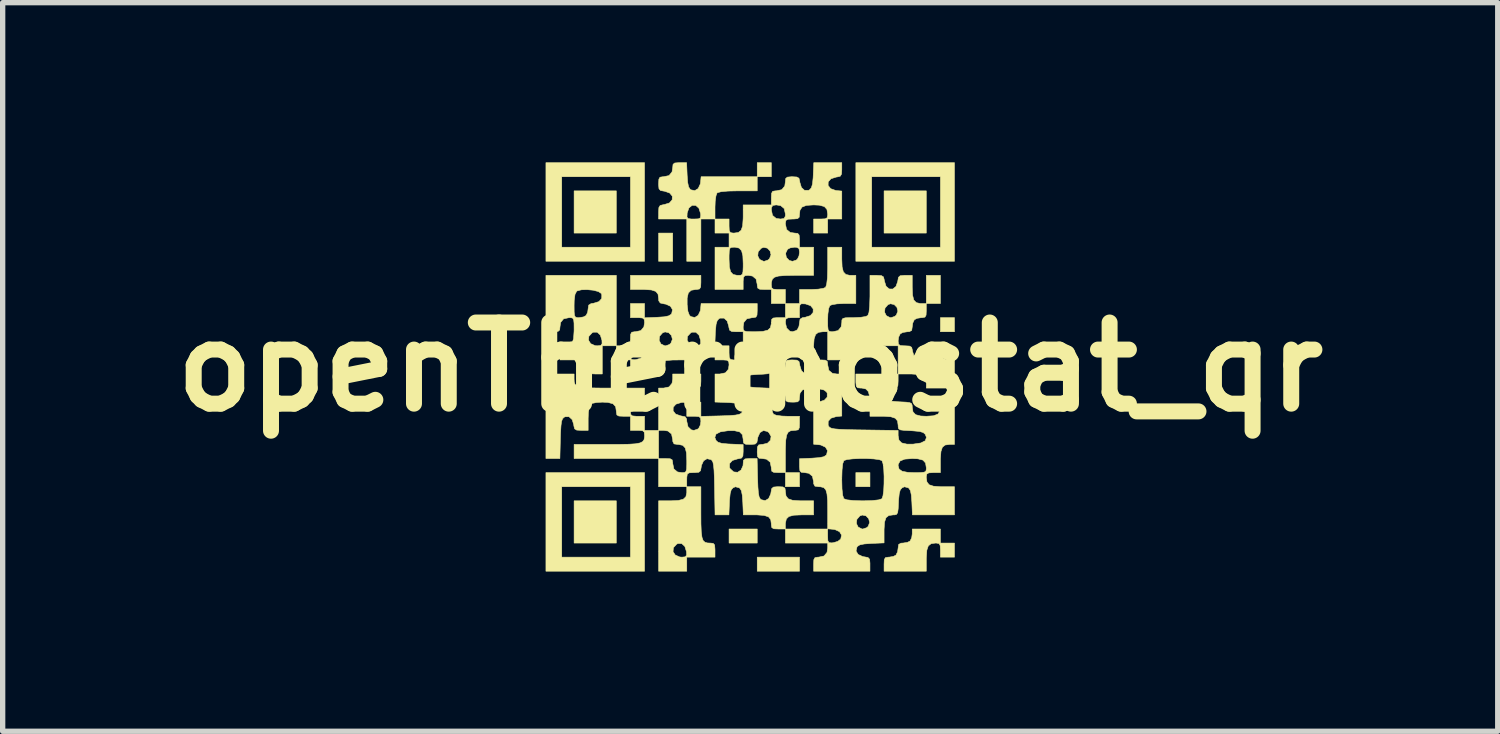
<source format=kicad_pcb>
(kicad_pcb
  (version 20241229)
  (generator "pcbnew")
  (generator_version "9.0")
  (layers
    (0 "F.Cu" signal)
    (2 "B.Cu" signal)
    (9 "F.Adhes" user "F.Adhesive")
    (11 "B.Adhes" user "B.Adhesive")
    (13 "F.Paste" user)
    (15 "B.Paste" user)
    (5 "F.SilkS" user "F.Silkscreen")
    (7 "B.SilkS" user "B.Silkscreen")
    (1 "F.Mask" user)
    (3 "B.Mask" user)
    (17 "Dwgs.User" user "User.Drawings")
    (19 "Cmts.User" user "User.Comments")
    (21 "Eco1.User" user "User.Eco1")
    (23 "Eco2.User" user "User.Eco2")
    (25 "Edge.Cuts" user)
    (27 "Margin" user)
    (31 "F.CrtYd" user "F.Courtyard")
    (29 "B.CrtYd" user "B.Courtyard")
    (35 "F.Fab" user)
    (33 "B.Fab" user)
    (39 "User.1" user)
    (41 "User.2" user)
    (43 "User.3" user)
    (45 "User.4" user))
  (footprint "openThermostat_qr"
    (layer "F.Cu")
    (at 11.038 3.841)
    (property "Reference" "openThermostat_qr" (at 0 0 0) (layer "F.SilkS") (effects (font (size 1.524 1.524) (thickness 0.3))))
    (attr through_hole)
    (fp_poly (pts (xy -2.514 -2.514) (xy -3.307 -2.514) (xy -3.307 -3.307) (xy -2.514 -3.307) (xy -2.514 -2.514)) (stroke (width 0.01) (type solid)) (fill yes) (layer "F.SilkS"))
    (fp_poly (pts (xy -2.514 3.307) (xy -3.307 3.307) (xy -3.307 2.514) (xy -2.514 2.514) (xy -2.514 3.307)) (stroke (width 0.01) (type solid)) (fill yes) (layer "F.SilkS"))
    (fp_poly (pts (xy -1.455 -1.984) (xy -1.72 -1.984) (xy -1.72 -2.514) (xy -1.455 -2.514) (xy -1.455 -1.984)) (stroke (width 0.01) (type solid)) (fill yes) (layer "F.SilkS"))
    (fp_poly (pts (xy 0.132 -3.836) (xy 0.397 -3.836) (xy 0.397 -3.572) (xy 0.132 -3.572) (xy 0.132 -3.836)) (stroke (width 0.01) (type solid)) (fill yes) (layer "F.SilkS"))
    (fp_poly (pts (xy 0.132 3.307) (xy -0.397 3.307) (xy -0.397 3.043) (xy 0.132 3.043) (xy 0.132 3.307)) (stroke (width 0.01) (type solid)) (fill yes) (layer "F.SilkS"))
    (fp_poly (pts (xy 0.926 2.249) (xy 0.661 2.249) (xy 0.661 1.984) (xy 0.926 1.984) (xy 0.926 2.249)) (stroke (width 0.01) (type solid)) (fill yes) (layer "F.SilkS"))
    (fp_poly (pts (xy 0.926 3.836) (xy 0.132 3.836) (xy 0.132 3.572) (xy 0.926 3.572) (xy 0.926 3.836)) (stroke (width 0.01) (type solid)) (fill yes) (layer "F.SilkS"))
    (fp_poly (pts (xy 2.249 2.249) (xy 1.984 2.249) (xy 1.984 1.984) (xy 2.249 1.984) (xy 2.249 2.249)) (stroke (width 0.01) (type solid)) (fill yes) (layer "F.SilkS"))
    (fp_poly (pts (xy 3.307 -2.514) (xy 2.514 -2.514) (xy 2.514 -3.307) (xy 3.307 -3.307) (xy 3.307 -2.514)) (stroke (width 0.01) (type solid)) (fill yes) (layer "F.SilkS"))
    (fp_poly (pts (xy 3.307 -1.72) (xy 3.572 -1.72) (xy 3.572 -1.191) (xy 3.307 -1.191) (xy 3.307 -1.72)) (stroke (width 0.01) (type solid)) (fill yes) (layer "F.SilkS"))
    (fp_poly (pts (xy 3.836 -0.661) (xy 3.572 -0.661) (xy 3.572 -0.926) (xy 3.836 -0.926) (xy 3.836 -0.661)) (stroke (width 0.01) (type solid)) (fill yes) (layer "F.SilkS"))
    (fp_poly (pts (xy -1.984 -1.984) (xy -3.836 -1.984) (xy -3.836 -3.572) (xy -3.539 -3.572) (xy -3.539 -2.249) (xy -2.249 -2.249) (xy -2.249 -3.572) (xy -3.539 -3.572) (xy -3.836 -3.572) (xy -3.836 -3.836) (xy -1.984 -3.836) (xy -1.984 -1.984)) (stroke (width 0.01) (type solid)) (fill yes) (layer "F.SilkS"))
    (fp_poly (pts (xy -1.984 3.836) (xy -3.836 3.836) (xy -3.836 2.249) (xy -3.539 2.249) (xy -3.539 3.572) (xy -2.249 3.572) (xy -2.249 2.249) (xy -3.539 2.249) (xy -3.836 2.249) (xy -3.836 1.984) (xy -1.984 1.984) (xy -1.984 3.836)) (stroke (width 0.01) (type solid)) (fill yes) (layer "F.SilkS"))
    (fp_poly (pts (xy 3.836 -1.984) (xy 1.984 -1.984) (xy 1.984 -3.572) (xy 2.282 -3.572) (xy 2.282 -2.249) (xy 3.572 -2.249) (xy 3.572 -3.572) (xy 2.282 -3.572) (xy 1.984 -3.572) (xy 1.984 -3.836) (xy 3.836 -3.836) (xy 3.836 -1.984)) (stroke (width 0.01) (type solid)) (fill yes) (layer "F.SilkS"))
    (fp_poly (pts (xy 3.572 3.307) (xy 3.836 3.307) (xy 3.836 3.572) (xy 3.572 3.572) (xy 3.572 3.44) (xy 3.568 3.355) (xy 3.547 3.317) (xy 3.495 3.307) (xy 3.479 3.307) (xy 3.397 3.319) (xy 3.345 3.36) (xy 3.317 3.441) (xy 3.308 3.575) (xy 3.307 3.612) (xy 3.307 3.836) (xy 2.514 3.836) (xy 2.514 3.704) (xy 2.518 3.619) (xy 2.539 3.581) (xy 2.59 3.572) (xy 2.606 3.572) (xy 2.689 3.558) (xy 2.738 3.532) (xy 2.768 3.471) (xy 2.778 3.4) (xy 2.788 3.333) (xy 2.832 3.309) (xy 2.871 3.307) (xy 2.953 3.294) (xy 3.003 3.268) (xy 3.033 3.207) (xy 3.043 3.135) (xy 3.043 3.043) (xy 3.572 3.043) (xy 3.572 3.307)) (stroke (width 0.01) (type solid)) (fill yes) (layer "F.SilkS"))
    (fp_poly (pts (xy -0.926 2.249) (xy -0.926 2.738) (xy -0.925 2.945) (xy -0.919 3.095) (xy -0.906 3.197) (xy -0.884 3.26) (xy -0.848 3.293) (xy -0.798 3.306) (xy -0.754 3.307) (xy -0.695 3.313) (xy -0.668 3.343) (xy -0.662 3.417) (xy -0.661 3.44) (xy -0.661 3.572) (xy -1.191 3.572) (xy -1.191 3.836) (xy -1.72 3.836) (xy -1.72 3.468) (xy -1.449 3.468) (xy -1.407 3.532) (xy -1.324 3.568) (xy -1.284 3.572) (xy -1.217 3.565) (xy -1.194 3.531) (xy -1.197 3.468) (xy -1.227 3.371) (xy -1.285 3.317) (xy -1.358 3.316) (xy -1.381 3.328) (xy -1.442 3.394) (xy -1.449 3.468) (xy -1.72 3.468) (xy -1.72 2.514) (xy -1.495 2.514) (xy -1.349 2.507) (xy -1.257 2.484) (xy -1.208 2.438) (xy -1.191 2.362) (xy -1.191 2.342) (xy -1.191 2.249) (xy -0.926 2.249)) (stroke (width 0.01) (type solid)) (fill yes) (layer "F.SilkS"))
    (fp_poly (pts (xy 0.132 -3.307) (xy -0.225 -3.307) (xy -0.416 -3.303) (xy -0.547 -3.291) (xy -0.616 -3.272) (xy -0.622 -3.268) (xy -0.643 -3.213) (xy -0.657 -3.111) (xy -0.661 -3.003) (xy -0.661 -2.778) (xy -0.926 -2.778) (xy -0.926 -1.984) (xy -1.191 -1.984) (xy -1.191 -2.778) (xy -1.72 -2.778) (xy -1.72 -2.816) (xy -1.187 -2.816) (xy -1.166 -2.786) (xy -1.103 -2.778) (xy -1.058 -2.778) (xy -0.972 -2.781) (xy -0.935 -2.8) (xy -0.929 -2.848) (xy -0.932 -2.882) (xy -0.964 -2.982) (xy -1.022 -3.033) (xy -1.09 -3.035) (xy -1.15 -2.987) (xy -1.184 -2.891) (xy -1.184 -2.882) (xy -1.187 -2.816) (xy -1.72 -2.816) (xy -1.72 -2.908) (xy -1.715 -2.993) (xy -1.691 -3.032) (xy -1.633 -3.047) (xy -1.616 -3.049) (xy -1.516 -3.08) (xy -1.465 -3.139) (xy -1.463 -3.207) (xy -1.511 -3.266) (xy -1.607 -3.3) (xy -1.616 -3.301) (xy -1.683 -3.313) (xy -1.713 -3.346) (xy -1.72 -3.42) (xy -1.72 -3.442) (xy -1.715 -3.526) (xy -1.694 -3.563) (xy -1.641 -3.572) (xy -1.627 -3.572) (xy -1.524 -3.594) (xy -1.468 -3.662) (xy -1.455 -3.744) (xy -1.449 -3.804) (xy -1.419 -3.83) (xy -1.344 -3.836) (xy -1.324 -3.836) (xy -1.194 -3.836) (xy -1.184 -3.6) (xy -1.174 -3.465) (xy -1.157 -3.382) (xy -1.127 -3.336) (xy -1.116 -3.327) (xy -1.041 -3.311) (xy -0.977 -3.35) (xy -0.937 -3.436) (xy -0.932 -3.468) (xy -0.922 -3.572) (xy 0.132 -3.572) (xy 0.132 -3.307)) (stroke (width 0.01) (type solid)) (fill yes) (layer "F.SilkS"))
    (fp_poly (pts (xy -2.778 -0.397) (xy -2.778 0.132) (xy -2.91 0.132) (xy -2.995 0.128) (xy -3.033 0.107) (xy -3.043 0.056) (xy -3.043 0.04) (xy -3.054 -0.043) (xy -3.095 -0.095) (xy -3.177 -0.123) (xy -3.311 -0.132) (xy -3.347 -0.132) (xy -3.572 -0.132) (xy -3.572 -0.265) (xy -3.568 -0.35) (xy -3.547 -0.387) (xy -3.495 -0.397) (xy -3.479 -0.397) (xy -3.397 -0.408) (xy -3.345 -0.449) (xy -3.327 -0.501) (xy -3.036 -0.501) (xy -2.995 -0.437) (xy -2.912 -0.4) (xy -2.871 -0.397) (xy -2.805 -0.404) (xy -2.782 -0.437) (xy -2.784 -0.501) (xy -2.814 -0.598) (xy -2.872 -0.652) (xy -2.946 -0.653) (xy -2.968 -0.641) (xy -3.03 -0.575) (xy -3.036 -0.501) (xy -3.327 -0.501) (xy -3.317 -0.531) (xy -3.308 -0.665) (xy -3.307 -0.701) (xy -3.308 -0.82) (xy -3.315 -0.887) (xy -3.335 -0.918) (xy -3.372 -0.926) (xy -3.4 -0.926) (xy -3.504 -0.904) (xy -3.56 -0.836) (xy -3.572 -0.754) (xy -3.578 -0.695) (xy -3.608 -0.668) (xy -3.681 -0.662) (xy -3.704 -0.661) (xy -3.836 -0.661) (xy -3.836 -1.154) (xy -3.307 -1.154) (xy -3.306 -1.034) (xy -3.299 -0.966) (xy -3.28 -0.935) (xy -3.244 -0.926) (xy -3.215 -0.926) (xy -3.132 -0.939) (xy -3.082 -0.966) (xy -3.052 -1.027) (xy -3.043 -1.096) (xy -3.033 -1.161) (xy -2.989 -1.189) (xy -2.939 -1.197) (xy -2.841 -1.227) (xy -2.788 -1.285) (xy -2.787 -1.358) (xy -2.798 -1.381) (xy -2.852 -1.416) (xy -2.948 -1.441) (xy -3.062 -1.452) (xy -3.17 -1.449) (xy -3.249 -1.428) (xy -3.26 -1.42) (xy -3.29 -1.362) (xy -3.305 -1.248) (xy -3.307 -1.154) (xy -3.836 -1.154) (xy -3.836 -1.72) (xy -2.514 -1.72) (xy -2.514 -0.397) (xy -2.778 -0.397)) (stroke (width 0.01) (type solid)) (fill yes) (layer "F.SilkS"))
    (fp_poly (pts (xy 0.397 -1.191) (xy 0.397 -1.455) (xy 0.265 -1.455) (xy 0.18 -1.459) (xy 0.142 -1.481) (xy 0.132 -1.532) (xy 0.132 -1.548) (xy 0.11 -1.651) (xy 0.043 -1.707) (xy -0.04 -1.72) (xy -0.099 -1.714) (xy -0.126 -1.684) (xy -0.132 -1.61) (xy -0.132 -1.587) (xy -0.132 -1.455) (xy -0.661 -1.455) (xy -0.661 -2.024) (xy -0.397 -2.024) (xy -0.391 -1.878) (xy -0.367 -1.786) (xy -0.321 -1.737) (xy -0.245 -1.72) (xy -0.225 -1.72) (xy -0.176 -1.722) (xy -0.148 -1.74) (xy -0.136 -1.787) (xy -0.132 -1.877) (xy -0.132 -1.945) (xy -0.138 -2.087) (xy 0.142 -2.087) (xy 0.175 -2.02) (xy 0.246 -1.986) (xy 0.265 -1.984) (xy 0.334 -2.008) (xy 0.362 -2.032) (xy 0.391 -2.106) (xy 0.384 -2.135) (xy 0.665 -2.135) (xy 0.679 -2.057) (xy 0.733 -2) (xy 0.794 -1.984) (xy 0.863 -2.006) (xy 0.886 -2.024) (xy 0.916 -2.085) (xy 0.926 -2.156) (xy 0.916 -2.224) (xy 0.872 -2.247) (xy 0.833 -2.249) (xy 0.751 -2.236) (xy 0.701 -2.209) (xy 0.665 -2.135) (xy 0.384 -2.135) (xy 0.373 -2.178) (xy 0.323 -2.231) (xy 0.253 -2.246) (xy 0.207 -2.229) (xy 0.15 -2.164) (xy 0.142 -2.087) (xy -0.138 -2.087) (xy -0.139 -2.091) (xy -0.162 -2.183) (xy -0.208 -2.232) (xy -0.284 -2.249) (xy -0.304 -2.249) (xy -0.353 -2.246) (xy -0.381 -2.229) (xy -0.393 -2.182) (xy -0.397 -2.091) (xy -0.397 -2.024) (xy -0.661 -2.024) (xy -0.661 -2.249) (xy -0.397 -2.249) (xy -0.397 -2.514) (xy -0.661 -2.514) (xy -0.661 -2.778) (xy -0.397 -2.778) (xy -0.397 -2.646) (xy -0.393 -2.561) (xy -0.372 -2.523) (xy -0.32 -2.514) (xy -0.304 -2.514) (xy -0.222 -2.525) (xy -0.17 -2.566) (xy -0.142 -2.648) (xy -0.133 -2.781) (xy -0.132 -2.818) (xy -0.132 -2.95) (xy 0.397 -2.95) (xy 0.419 -2.846) (xy 0.487 -2.79) (xy 0.569 -2.778) (xy 0.636 -2.788) (xy 0.66 -2.832) (xy 0.661 -2.871) (xy 0.639 -2.974) (xy 0.572 -3.03) (xy 0.489 -3.043) (xy 0.422 -3.033) (xy 0.399 -2.989) (xy 0.397 -2.95) (xy -0.132 -2.95) (xy -0.132 -3.043) (xy 0.397 -3.043) (xy 0.397 -3.175) (xy 0.401 -3.26) (xy 0.422 -3.298) (xy 0.474 -3.307) (xy 0.489 -3.307) (xy 0.593 -3.329) (xy 0.649 -3.397) (xy 0.661 -3.479) (xy 0.667 -3.539) (xy 0.698 -3.565) (xy 0.773 -3.572) (xy 0.792 -3.572) (xy 0.876 -3.567) (xy 0.916 -3.544) (xy 0.93 -3.485) (xy 0.932 -3.468) (xy 0.962 -3.37) (xy 1.02 -3.317) (xy 1.094 -3.316) (xy 1.116 -3.327) (xy 1.149 -3.365) (xy 1.17 -3.436) (xy 1.182 -3.554) (xy 1.184 -3.6) (xy 1.194 -3.836) (xy 1.72 -3.836) (xy 1.72 -3.706) (xy 1.715 -3.622) (xy 1.691 -3.582) (xy 1.633 -3.568) (xy 1.616 -3.566) (xy 1.516 -3.534) (xy 1.465 -3.476) (xy 1.463 -3.408) (xy 1.511 -3.348) (xy 1.607 -3.314) (xy 1.616 -3.313) (xy 1.72 -3.303) (xy 1.72 -2.778) (xy 1.455 -2.778) (xy 1.455 -2.514) (xy 1.191 -2.514) (xy 1.191 -2.778) (xy 1.323 -2.778) (xy 1.408 -2.782) (xy 1.446 -2.803) (xy 1.455 -2.855) (xy 1.455 -2.871) (xy 1.441 -2.959) (xy 1.393 -3.012) (xy 1.298 -3.038) (xy 1.191 -3.043) (xy 1.055 -3.034) (xy 0.973 -3.002) (xy 0.934 -2.941) (xy 0.926 -2.871) (xy 0.92 -2.811) (xy 0.89 -2.785) (xy 0.816 -2.778) (xy 0.794 -2.778) (xy 0.709 -2.774) (xy 0.671 -2.753) (xy 0.662 -2.701) (xy 0.661 -2.686) (xy 0.683 -2.582) (xy 0.751 -2.526) (xy 0.833 -2.514) (xy 0.893 -2.508) (xy 0.919 -2.477) (xy 0.926 -2.404) (xy 0.926 -2.381) (xy 0.926 -2.249) (xy 1.191 -2.249) (xy 1.191 -1.72) (xy 0.833 -1.72) (xy 0.655 -1.717) (xy 0.533 -1.707) (xy 0.456 -1.685) (xy 0.415 -1.647) (xy 0.399 -1.59) (xy 0.397 -1.548) (xy 0.403 -1.488) (xy 0.433 -1.462) (xy 0.506 -1.455) (xy 0.529 -1.455) (xy 0.661 -1.455) (xy 0.661 -1.191) (xy 0.397 -1.191)) (stroke (width 0.01) (type solid)) (fill yes) (layer "F.SilkS"))
    (fp_poly (pts (xy 3.307 -1.058) (xy 3.303 -0.973) (xy 3.282 -0.936) (xy 3.231 -0.926) (xy 3.215 -0.926) (xy 3.132 -0.913) (xy 3.082 -0.886) (xy 3.053 -0.825) (xy 3.043 -0.754) (xy 3.033 -0.687) (xy 2.989 -0.663) (xy 2.95 -0.661) (xy 2.867 -0.648) (xy 2.818 -0.622) (xy 2.788 -0.561) (xy 2.778 -0.489) (xy 2.784 -0.43) (xy 2.815 -0.403) (xy 2.889 -0.397) (xy 2.908 -0.397) (xy 2.993 -0.392) (xy 3.032 -0.369) (xy 3.047 -0.31) (xy 3.049 -0.293) (xy 3.08 -0.193) (xy 3.139 -0.142) (xy 3.207 -0.14) (xy 3.266 -0.188) (xy 3.3 -0.284) (xy 3.301 -0.293) (xy 3.313 -0.36) (xy 3.346 -0.39) (xy 3.42 -0.397) (xy 3.442 -0.397) (xy 3.526 -0.393) (xy 3.563 -0.371) (xy 3.572 -0.318) (xy 3.572 -0.304) (xy 3.585 -0.222) (xy 3.612 -0.172) (xy 3.673 -0.142) (xy 3.744 -0.132) (xy 3.836 -0.132) (xy 3.836 0.397) (xy 3.307 0.397) (xy 3.307 0.304) (xy 3.296 0.222) (xy 3.255 0.17) (xy 3.173 0.142) (xy 3.039 0.133) (xy 3.003 0.132) (xy 2.778 0.132) (xy 2.778 0.262) (xy 2.774 0.347) (xy 2.75 0.386) (xy 2.691 0.401) (xy 2.674 0.403) (xy 2.577 0.433) (xy 2.523 0.491) (xy 2.522 0.565) (xy 2.534 0.587) (xy 2.571 0.62) (xy 2.642 0.641) (xy 2.76 0.652) (xy 2.806 0.655) (xy 2.929 0.661) (xy 2.999 0.671) (xy 3.032 0.69) (xy 3.042 0.726) (xy 3.043 0.756) (xy 3.057 0.843) (xy 3.106 0.896) (xy 3.201 0.921) (xy 3.307 0.926) (xy 3.443 0.917) (xy 3.525 0.885) (xy 3.564 0.824) (xy 3.572 0.754) (xy 3.578 0.695) (xy 3.608 0.668) (xy 3.681 0.662) (xy 3.704 0.661) (xy 3.836 0.661) (xy 3.836 1.455) (xy 3.744 1.455) (xy 3.661 1.466) (xy 3.609 1.507) (xy 3.582 1.589) (xy 3.572 1.723) (xy 3.572 1.759) (xy 3.572 1.984) (xy 3.44 1.984) (xy 3.355 1.989) (xy 3.317 2.01) (xy 3.307 2.061) (xy 3.307 2.077) (xy 3.319 2.16) (xy 3.36 2.212) (xy 3.441 2.239) (xy 3.575 2.249) (xy 3.612 2.249) (xy 3.836 2.249) (xy 3.836 2.778) (xy 3.046 2.778) (xy 3.036 2.542) (xy 3.026 2.407) (xy 3.009 2.323) (xy 2.98 2.278) (xy 2.968 2.269) (xy 2.897 2.25) (xy 2.853 2.269) (xy 2.819 2.307) (xy 2.799 2.377) (xy 2.787 2.496) (xy 2.785 2.542) (xy 2.779 2.664) (xy 2.769 2.735) (xy 2.749 2.768) (xy 2.714 2.778) (xy 2.684 2.778) (xy 2.602 2.79) (xy 2.55 2.831) (xy 2.523 2.914) (xy 2.514 3.049) (xy 2.514 3.081) (xy 2.514 3.304) (xy 2.277 3.314) (xy 2.142 3.324) (xy 2.059 3.341) (xy 2.013 3.37) (xy 2.005 3.382) (xy 1.988 3.457) (xy 2.027 3.521) (xy 2.113 3.561) (xy 2.145 3.566) (xy 2.212 3.578) (xy 2.242 3.611) (xy 2.249 3.685) (xy 2.249 3.706) (xy 2.249 3.836) (xy 1.191 3.836) (xy 1.191 3.704) (xy 1.195 3.619) (xy 1.216 3.581) (xy 1.267 3.572) (xy 1.283 3.572) (xy 1.387 3.55) (xy 1.443 3.482) (xy 1.455 3.4) (xy 1.455 3.307) (xy 0.661 3.307) (xy 0.661 3.043) (xy 0.529 3.043) (xy 0.444 3.039) (xy 0.406 3.017) (xy 0.397 2.966) (xy 0.397 2.95) (xy 0.386 2.867) (xy 0.344 2.815) (xy 0.262 2.788) (xy 0.128 2.778) (xy 0.094 2.778) (xy -0.129 2.778) (xy -0.139 2.542) (xy -0.149 2.407) (xy -0.166 2.323) (xy -0.195 2.278) (xy -0.207 2.269) (xy -0.278 2.25) (xy -0.322 2.269) (xy -0.356 2.307) (xy -0.376 2.377) (xy -0.388 2.496) (xy -0.39 2.542) (xy -0.4 2.778) (xy -0.66 2.778) (xy -0.669 2.277) (xy -0.673 2.082) (xy -0.679 1.942) (xy -0.688 1.848) (xy -0.7 1.789) (xy -0.718 1.755) (xy -0.736 1.74) (xy -0.811 1.723) (xy -0.875 1.762) (xy -0.915 1.848) (xy -0.92 1.88) (xy -0.932 1.948) (xy -0.965 1.977) (xy -1.039 1.984) (xy -1.06 1.984) (xy -1.144 1.988) (xy -1.181 2.01) (xy -1.19 2.071) (xy -1.191 2.117) (xy -1.191 2.249) (xy -1.72 2.249) (xy -1.72 1.72) (xy -3.307 1.72) (xy -3.307 1.455) (xy -2.686 1.455) (xy -2.453 1.454) (xy -2.279 1.451) (xy -2.154 1.443) (xy -2.07 1.427) (xy -2.02 1.403) (xy -1.994 1.368) (xy -1.985 1.32) (xy -1.984 1.283) (xy -1.99 1.224) (xy -2.021 1.197) (xy -2.094 1.191) (xy -2.117 1.191) (xy -2.249 1.191) (xy -2.249 0.926) (xy -2.381 0.926) (xy -2.466 0.922) (xy -2.504 0.901) (xy -2.513 0.849) (xy -2.514 0.833) (xy -2.527 0.745) (xy -2.576 0.692) (xy -2.671 0.666) (xy -2.778 0.661) (xy -2.888 0.668) (xy -2.972 0.685) (xy -3.003 0.701) (xy -3.025 0.756) (xy -3.039 0.858) (xy -3.043 0.966) (xy -3.043 1.191) (xy -3.173 1.191) (xy -3.258 1.186) (xy -3.297 1.162) (xy -3.312 1.104) (xy -3.313 1.086) (xy -3.343 0.989) (xy -3.402 0.935) (xy -3.475 0.935) (xy -3.497 0.946) (xy -3.524 0.973) (xy -3.542 1.021) (xy -3.553 1.102) (xy -3.561 1.23) (xy -3.565 1.351) (xy -3.574 1.72) (xy -3.836 1.72) (xy -3.836 0.132) (xy -3.307 0.132) (xy -3.307 0.225) (xy -3.304 0.282) (xy -3.29 0.325) (xy -3.256 0.355) (xy -3.193 0.376) (xy -3.095 0.388) (xy -2.952 0.394) (xy -2.756 0.397) (xy -2.606 0.397) (xy -1.984 0.397) (xy -1.984 0.529) (xy -1.989 0.614) (xy -2.01 0.652) (xy -2.061 0.661) (xy -2.077 0.661) (xy -2.181 0.683) (xy -2.237 0.751) (xy -2.249 0.833) (xy -2.243 0.893) (xy -2.213 0.919) (xy -2.139 0.926) (xy -2.117 0.926) (xy -1.984 0.926) (xy -1.984 1.191) (xy -1.72 1.191) (xy -1.72 1.72) (xy -1.587 1.72) (xy -1.503 1.724) (xy -1.465 1.745) (xy -1.455 1.797) (xy -1.455 1.812) (xy -1.433 1.916) (xy -1.365 1.972) (xy -1.283 1.984) (xy -1.234 1.982) (xy -1.207 1.964) (xy -1.194 1.918) (xy -1.191 1.827) (xy -1.191 1.759) (xy -1.197 1.613) (xy -1.22 1.521) (xy -1.266 1.472) (xy -1.342 1.456) (xy -1.363 1.455) (xy -1.43 1.445) (xy -1.453 1.401) (xy -1.455 1.363) (xy -1.464 1.323) (xy -0.664 1.323) (xy -0.641 1.381) (xy -0.604 1.414) (xy -0.533 1.435) (xy -0.415 1.446) (xy -0.369 1.448) (xy -0.132 1.458) (xy -0.132 1.587) (xy -0.137 1.671) (xy -0.161 1.71) (xy -0.221 1.724) (xy -0.236 1.726) (xy -0.334 1.756) (xy -0.387 1.814) (xy -0.388 1.888) (xy -0.377 1.91) (xy -0.31 1.971) (xy -0.236 1.978) (xy -0.172 1.936) (xy -0.135 1.854) (xy -0.132 1.815) (xy -0.127 1.754) (xy -0.097 1.727) (xy -0.024 1.72) (xy -0.001 1.72) (xy 0.13 1.72) (xy 0.139 2.088) (xy 0.145 2.255) (xy 0.154 2.367) (xy 0.167 2.437) (xy 0.188 2.477) (xy 0.207 2.493) (xy 0.282 2.51) (xy 0.346 2.471) (xy 0.386 2.385) (xy 0.391 2.353) (xy 0.403 2.286) (xy 0.436 2.256) (xy 0.51 2.249) (xy 0.531 2.249) (xy 0.615 2.253) (xy 0.652 2.275) (xy 0.661 2.328) (xy 0.661 2.342) (xy 0.673 2.424) (xy 0.714 2.476) (xy 0.796 2.504) (xy 0.929 2.513) (xy 0.966 2.514) (xy 1.191 2.514) (xy 1.191 2.778) (xy 0.966 2.778) (xy 0.819 2.784) (xy 0.727 2.808) (xy 0.679 2.854) (xy 0.662 2.93) (xy 0.661 2.95) (xy 0.661 3.043) (xy 1.455 3.043) (xy 1.455 3.177) (xy 1.458 3.262) (xy 1.478 3.299) (xy 1.527 3.304) (xy 1.559 3.301) (xy 1.644 3.276) (xy 1.7 3.233) (xy 1.716 3.157) (xy 1.677 3.093) (xy 1.591 3.054) (xy 1.559 3.049) (xy 1.455 3.039) (xy 1.455 2.94) (xy 1.994 2.94) (xy 2.028 3.007) (xy 2.098 3.042) (xy 2.117 3.043) (xy 2.187 3.019) (xy 2.215 2.995) (xy 2.243 2.921) (xy 2.225 2.849) (xy 2.175 2.796) (xy 2.105 2.781) (xy 2.059 2.798) (xy 2.003 2.863) (xy 1.994 2.94) (xy 1.455 2.94) (xy 1.455 2.683) (xy 1.453 2.506) (xy 1.442 2.384) (xy 1.42 2.307) (xy 1.382 2.266) (xy 1.324 2.251) (xy 1.283 2.249) (xy 1.216 2.239) (xy 1.192 2.195) (xy 1.191 2.156) (xy 1.182 2.117) (xy 1.72 2.117) (xy 1.724 2.29) (xy 1.737 2.411) (xy 1.758 2.472) (xy 1.759 2.474) (xy 1.816 2.495) (xy 1.932 2.508) (xy 2.102 2.514) (xy 2.117 2.514) (xy 2.29 2.509) (xy 2.411 2.496) (xy 2.472 2.476) (xy 2.474 2.474) (xy 2.493 2.421) (xy 2.507 2.321) (xy 2.513 2.193) (xy 2.514 2.054) (xy 2.508 1.923) (xy 2.499 1.852) (xy 2.778 1.852) (xy 2.796 1.918) (xy 2.854 1.959) (xy 2.962 1.98) (xy 3.082 1.984) (xy 3.201 1.983) (xy 3.268 1.976) (xy 3.299 1.957) (xy 3.307 1.919) (xy 3.307 1.892) (xy 3.293 1.804) (xy 3.245 1.75) (xy 3.15 1.725) (xy 3.043 1.72) (xy 2.901 1.731) (xy 2.815 1.766) (xy 2.78 1.828) (xy 2.778 1.852) (xy 2.499 1.852) (xy 2.495 1.82) (xy 2.476 1.762) (xy 2.474 1.759) (xy 2.421 1.74) (xy 2.321 1.727) (xy 2.193 1.72) (xy 2.054 1.72) (xy 1.923 1.726) (xy 1.82 1.738) (xy 1.762 1.757) (xy 1.759 1.759) (xy 1.738 1.816) (xy 1.725 1.932) (xy 1.72 2.102) (xy 1.72 2.117) (xy 1.182 2.117) (xy 1.169 2.053) (xy 1.101 1.997) (xy 1.019 1.984) (xy 0.959 1.978) (xy 0.933 1.948) (xy 0.926 1.874) (xy 0.926 1.854) (xy 0.926 1.723) (xy 1.162 1.713) (xy 1.297 1.703) (xy 1.381 1.686) (xy 1.427 1.657) (xy 1.435 1.645) (xy 1.452 1.57) (xy 1.413 1.506) (xy 1.327 1.466) (xy 1.295 1.461) (xy 1.191 1.451) (xy 1.191 0.666) (xy 1.295 0.655) (xy 1.392 0.625) (xy 1.446 0.567) (xy 1.446 0.494) (xy 1.435 0.471) (xy 1.387 0.433) (xy 1.294 0.411) (xy 1.209 0.403) (xy 1.068 0.405) (xy 0.98 0.433) (xy 0.936 0.492) (xy 0.926 0.566) (xy 0.92 0.627) (xy 0.891 0.655) (xy 0.819 0.661) (xy 0.794 0.661) (xy 0.709 0.657) (xy 0.671 0.636) (xy 0.662 0.585) (xy 0.661 0.569) (xy 0.639 0.465) (xy 0.572 0.409) (xy 0.489 0.397) (xy 0.43 0.391) (xy 0.404 0.361) (xy 0.397 0.287) (xy 0.397 0.265) (xy 0.401 0.18) (xy 0.422 0.142) (xy 0.474 0.132) (xy 0.489 0.132) (xy 0.593 0.11) (xy 0.649 0.043) (xy 0.661 -0.04) (xy 0.667 -0.099) (xy 0.698 -0.126) (xy 0.773 -0.132) (xy 0.792 -0.132) (xy 0.876 -0.128) (xy 0.916 -0.104) (xy 0.93 -0.045) (xy 0.932 -0.028) (xy 0.962 0.069) (xy 1.02 0.123) (xy 1.094 0.123) (xy 1.116 0.112) (xy 1.16 0.055) (xy 1.184 -0.028) (xy 1.197 -0.095) (xy 1.23 -0.125) (xy 1.303 -0.132) (xy 1.325 -0.132) (xy 1.409 -0.128) (xy 1.446 -0.106) (xy 1.455 -0.053) (xy 1.455 -0.04) (xy 1.477 0.064) (xy 1.545 0.12) (xy 1.627 0.132) (xy 1.72 0.132) (xy 1.72 0.922) (xy 1.616 0.932) (xy 1.518 0.962) (xy 1.465 1.02) (xy 1.464 1.094) (xy 1.475 1.116) (xy 1.495 1.137) (xy 1.529 1.152) (xy 1.587 1.163) (xy 1.679 1.171) (xy 1.812 1.177) (xy 1.998 1.181) (xy 2.145 1.183) (xy 2.778 1.192) (xy 2.778 1.287) (xy 2.793 1.374) (xy 2.845 1.427) (xy 2.942 1.449) (xy 3.061 1.449) (xy 3.203 1.428) (xy 3.287 1.386) (xy 3.31 1.323) (xy 3.287 1.265) (xy 3.25 1.232) (xy 3.179 1.211) (xy 3.06 1.2) (xy 3.014 1.197) (xy 2.892 1.191) (xy 2.821 1.182) (xy 2.788 1.162) (xy 2.779 1.127) (xy 2.778 1.097) (xy 2.767 1.015) (xy 2.725 0.963) (xy 2.643 0.936) (xy 2.508 0.926) (xy 2.474 0.926) (xy 2.249 0.926) (xy 2.249 0.701) (xy 2.243 0.555) (xy 2.219 0.463) (xy 2.173 0.414) (xy 2.098 0.397) (xy 2.077 0.397) (xy 2.018 0.391) (xy 1.991 0.361) (xy 1.984 0.287) (xy 1.984 0.265) (xy 1.984 0.132) (xy 2.778 0.132) (xy 2.778 -0.397) (xy 2.421 -0.397) (xy 2.243 -0.394) (xy 2.12 -0.384) (xy 2.044 -0.362) (xy 2.002 -0.325) (xy 1.986 -0.267) (xy 1.984 -0.225) (xy 1.984 -0.132) (xy 1.455 -0.132) (xy 1.455 -0.661) (xy 1.363 -0.661) (xy 1.28 -0.65) (xy 1.228 -0.609) (xy 1.2 -0.527) (xy 1.191 -0.394) (xy 1.191 -0.357) (xy 1.191 -0.132) (xy 1.06 -0.132) (xy 0.976 -0.137) (xy 0.936 -0.161) (xy 0.922 -0.219) (xy 0.92 -0.236) (xy 0.888 -0.336) (xy 0.83 -0.387) (xy 0.762 -0.389) (xy 0.703 -0.342) (xy 0.669 -0.245) (xy 0.668 -0.236) (xy 0.651 -0.163) (xy 0.61 -0.135) (xy 0.567 -0.132) (xy 0.464 -0.11) (xy 0.409 -0.041) (xy 0.397 0.038) (xy 0.394 0.086) (xy 0.376 0.114) (xy 0.329 0.128) (xy 0.238 0.136) (xy 0.161 0.139) (xy 0.025 0.149) (xy -0.058 0.166) (xy -0.104 0.195) (xy -0.112 0.207) (xy -0.131 0.278) (xy -0.112 0.322) (xy -0.075 0.356) (xy -0.004 0.376) (xy 0.115 0.388) (xy 0.161 0.39) (xy 0.397 0.4) (xy 0.397 0.623) (xy 0.403 0.751) (xy 0.418 0.846) (xy 0.437 0.886) (xy 0.491 0.908) (xy 0.594 0.922) (xy 0.701 0.926) (xy 0.926 0.926) (xy 0.926 1.058) (xy 0.922 1.143) (xy 0.901 1.181) (xy 0.849 1.19) (xy 0.833 1.191) (xy 0.763 1.197) (xy 0.715 1.223) (xy 0.685 1.279) (xy 0.668 1.374) (xy 0.662 1.52) (xy 0.661 1.627) (xy 0.661 1.984) (xy 0.529 1.984) (xy 0.444 1.98) (xy 0.406 1.959) (xy 0.397 1.908) (xy 0.397 1.892) (xy 0.375 1.788) (xy 0.307 1.732) (xy 0.225 1.72) (xy 0.165 1.714) (xy 0.139 1.684) (xy 0.132 1.61) (xy 0.132 1.587) (xy 0.136 1.503) (xy 0.158 1.465) (xy 0.209 1.455) (xy 0.227 1.455) (xy 0.323 1.433) (xy 0.38 1.377) (xy 0.392 1.304) (xy 0.351 1.233) (xy 0.322 1.211) (xy 0.247 1.194) (xy 0.183 1.233) (xy 0.144 1.319) (xy 0.138 1.351) (xy 0.126 1.418) (xy 0.093 1.448) (xy 0.019 1.455) (xy -0.002 1.455) (xy -0.086 1.451) (xy -0.123 1.429) (xy -0.132 1.376) (xy -0.132 1.36) (xy -0.147 1.272) (xy -0.199 1.219) (xy -0.296 1.197) (xy -0.415 1.197) (xy -0.557 1.218) (xy -0.641 1.26) (xy -0.664 1.323) (xy -1.464 1.323) (xy -1.477 1.259) (xy -1.545 1.203) (xy -1.627 1.191) (xy -1.72 1.191) (xy -1.72 0.825) (xy -1.447 0.825) (xy -1.4 0.885) (xy -1.303 0.919) (xy -1.295 0.92) (xy -1.221 0.936) (xy -1.194 0.977) (xy -1.191 1.021) (xy -1.168 1.122) (xy -1.107 1.181) (xy -1.058 1.191) (xy -0.989 1.169) (xy -0.966 1.151) (xy -0.936 1.09) (xy -0.926 1.019) (xy -0.932 0.959) (xy -0.962 0.933) (xy -1.036 0.926) (xy -1.058 0.926) (xy -1.191 0.926) (xy -1.191 0.792) (xy -1.194 0.706) (xy -1.213 0.67) (xy -1.263 0.665) (xy -1.295 0.668) (xy -1.395 0.699) (xy -1.446 0.758) (xy -1.447 0.825) (xy -1.72 0.825) (xy -1.72 0.397) (xy -1.627 0.397) (xy -1.524 0.375) (xy -1.468 0.307) (xy -1.455 0.225) (xy -1.455 0.132) (xy -0.926 0.132) (xy -0.926 0.265) (xy -0.93 0.35) (xy -0.951 0.387) (xy -1.003 0.397) (xy -1.019 0.397) (xy -1.122 0.419) (xy -1.178 0.487) (xy -1.191 0.569) (xy -1.185 0.628) (xy -1.154 0.655) (xy -1.081 0.661) (xy -1.058 0.661) (xy -0.926 0.661) (xy -0.926 0.928) (xy -0.557 0.919) (xy -0.391 0.913) (xy -0.279 0.904) (xy -0.209 0.891) (xy -0.169 0.871) (xy -0.153 0.852) (xy -0.134 0.78) (xy -0.152 0.736) (xy -0.19 0.703) (xy -0.261 0.682) (xy -0.379 0.67) (xy -0.425 0.668) (xy -0.661 0.659) (xy -0.661 0.132) (xy -0.569 0.132) (xy -0.465 0.11) (xy -0.409 0.043) (xy -0.397 -0.04) (xy -0.403 -0.099) (xy -0.433 -0.126) (xy -0.506 -0.132) (xy -0.529 -0.132) (xy -0.661 -0.132) (xy -0.661 -0.397) (xy -0.397 -0.397) (xy -0.397 -0.265) (xy -0.393 -0.18) (xy -0.372 -0.142) (xy -0.32 -0.132) (xy -0.304 -0.132) (xy -0.222 -0.146) (xy -0.172 -0.172) (xy -0.15 -0.227) (xy -0.136 -0.329) (xy -0.132 -0.437) (xy -0.132 -0.661) (xy -0.262 -0.661) (xy -0.347 -0.666) (xy -0.386 -0.69) (xy -0.401 -0.748) (xy -0.403 -0.766) (xy -0.433 -0.863) (xy -0.491 -0.917) (xy -0.565 -0.917) (xy -0.587 -0.906) (xy -0.62 -0.868) (xy -0.641 -0.798) (xy -0.652 -0.679) (xy -0.655 -0.633) (xy -0.664 -0.397) (xy -0.926 -0.397) (xy -0.926 -0.132) (xy -1.283 -0.132) (xy -1.461 -0.13) (xy -1.584 -0.12) (xy -1.661 -0.098) (xy -1.702 -0.06) (xy -1.718 -0.003) (xy -1.72 0.04) (xy -1.72 0.132) (xy -2.249 0.132) (xy -2.249 -0.132) (xy -2.514 -0.132) (xy -2.514 -0.265) (xy -2.249 -0.265) (xy -2.246 -0.178) (xy -2.227 -0.141) (xy -2.179 -0.135) (xy -2.145 -0.138) (xy -2.06 -0.163) (xy -2.004 -0.207) (xy -1.988 -0.282) (xy -2.027 -0.346) (xy -2.113 -0.386) (xy -2.145 -0.391) (xy -2.211 -0.393) (xy -2.241 -0.372) (xy -2.249 -0.309) (xy -2.249 -0.265) (xy -2.514 -0.265) (xy -2.514 -0.397) (xy -2.249 -0.397) (xy -2.249 -0.5) (xy -1.71 -0.5) (xy -1.677 -0.433) (xy -1.606 -0.398) (xy -1.587 -0.397) (xy -1.518 -0.421) (xy -1.49 -0.445) (xy -1.468 -0.501) (xy -1.184 -0.501) (xy -1.143 -0.437) (xy -1.06 -0.4) (xy -1.019 -0.397) (xy -0.952 -0.404) (xy -0.93 -0.437) (xy -0.932 -0.501) (xy -0.962 -0.598) (xy -1.02 -0.652) (xy -1.094 -0.653) (xy -1.116 -0.641) (xy -1.178 -0.575) (xy -1.184 -0.501) (xy -1.468 -0.501) (xy -1.461 -0.519) (xy -1.479 -0.591) (xy -1.53 -0.643) (xy -1.599 -0.658) (xy -1.645 -0.641) (xy -1.702 -0.576) (xy -1.71 -0.5) (xy -2.249 -0.5) (xy -2.249 -0.529) (xy -2.245 -0.614) (xy -2.224 -0.652) (xy -2.172 -0.661) (xy -2.156 -0.661) (xy -2.053 -0.683) (xy -1.997 -0.751) (xy -1.984 -0.833) (xy -1.99 -0.893) (xy -2.021 -0.919) (xy -2.094 -0.926) (xy -2.117 -0.926) (xy -2.249 -0.926) (xy -2.249 -1.191) (xy -1.984 -1.191) (xy -1.984 -0.923) (xy -1.748 -0.933) (xy -1.613 -0.942) (xy -1.53 -0.96) (xy -1.484 -0.989) (xy -1.475 -1) (xy -1.459 -1.076) (xy -1.498 -1.14) (xy -1.583 -1.179) (xy -1.616 -1.184) (xy -1.689 -1.201) (xy -1.717 -1.242) (xy -1.72 -1.285) (xy -1.731 -1.367) (xy -1.773 -1.419) (xy -1.856 -1.446) (xy -1.991 -1.455) (xy -2.024 -1.455) (xy -2.249 -1.455) (xy -2.249 -1.72) (xy -0.926 -1.72) (xy -0.926 -1.587) (xy -0.93 -1.503) (xy -0.951 -1.465) (xy -1.003 -1.455) (xy -1.021 -1.455) (xy -1.109 -1.44) (xy -1.162 -1.389) (xy -1.184 -1.292) (xy -1.184 -1.172) (xy -1.17 -1.045) (xy -1.142 -0.971) (xy -1.116 -0.946) (xy -1.041 -0.929) (xy -0.977 -0.969) (xy -0.937 -1.054) (xy -0.932 -1.086) (xy -0.922 -1.191) (xy 0.132 -1.191) (xy 0.132 -1.058) (xy 0.128 -0.973) (xy 0.107 -0.936) (xy 0.056 -0.926) (xy 0.04 -0.926) (xy -0.064 -0.904) (xy -0.12 -0.836) (xy -0.132 -0.754) (xy -0.13 -0.705) (xy -0.112 -0.677) (xy -0.066 -0.665) (xy 0.025 -0.662) (xy 0.093 -0.661) (xy 0.239 -0.668) (xy 0.331 -0.691) (xy 0.38 -0.737) (xy 0.396 -0.813) (xy 0.397 -0.833) (xy 0.661 -0.833) (xy 0.684 -0.731) (xy 0.744 -0.672) (xy 0.794 -0.661) (xy 0.863 -0.684) (xy 0.886 -0.701) (xy 0.916 -0.762) (xy 0.926 -0.831) (xy 0.936 -0.896) (xy 0.98 -0.925) (xy 1.03 -0.932) (xy 1.13 -0.964) (xy 1.181 -1.022) (xy 1.183 -1.09) (xy 1.135 -1.15) (xy 1.039 -1.184) (xy 1.03 -1.184) (xy 0.964 -1.187) (xy 0.934 -1.165) (xy 0.926 -1.102) (xy 0.926 -1.06) (xy 0.926 -0.926) (xy 0.794 -0.926) (xy 0.709 -0.922) (xy 0.671 -0.901) (xy 0.662 -0.849) (xy 0.661 -0.833) (xy 0.397 -0.833) (xy 0.403 -0.893) (xy 0.433 -0.919) (xy 0.506 -0.926) (xy 0.529 -0.926) (xy 0.661 -0.926) (xy 0.661 -1.191) (xy 0.926 -1.191) (xy 0.926 -1.455) (xy 1.151 -1.455) (xy 1.279 -1.461) (xy 1.375 -1.477) (xy 1.416 -1.495) (xy 1.436 -1.552) (xy 1.45 -1.672) (xy 1.455 -1.852) (xy 1.455 -1.892) (xy 1.455 -2.249) (xy 1.72 -2.249) (xy 1.72 -2.024) (xy 1.726 -1.878) (xy 1.749 -1.786) (xy 1.796 -1.737) (xy 1.871 -1.72) (xy 1.892 -1.72) (xy 1.984 -1.72) (xy 1.984 -1.191) (xy 1.759 -1.191) (xy 1.631 -1.185) (xy 1.536 -1.169) (xy 1.495 -1.151) (xy 1.473 -1.096) (xy 1.459 -0.994) (xy 1.455 -0.886) (xy 1.456 -0.768) (xy 1.463 -0.7) (xy 1.483 -0.67) (xy 1.52 -0.662) (xy 1.548 -0.661) (xy 1.651 -0.683) (xy 1.707 -0.751) (xy 1.72 -0.833) (xy 1.722 -0.882) (xy 1.74 -0.91) (xy 1.787 -0.923) (xy 1.877 -0.926) (xy 1.945 -0.926) (xy 2.073 -0.932) (xy 2.168 -0.947) (xy 2.209 -0.966) (xy 2.23 -1.023) (xy 2.231 -1.029) (xy 2.523 -1.029) (xy 2.557 -0.962) (xy 2.627 -0.927) (xy 2.646 -0.926) (xy 2.716 -0.95) (xy 2.744 -0.974) (xy 2.773 -1.048) (xy 2.755 -1.12) (xy 2.704 -1.172) (xy 2.634 -1.187) (xy 2.588 -1.17) (xy 2.532 -1.106) (xy 2.523 -1.029) (xy 2.231 -1.029) (xy 2.243 -1.142) (xy 2.249 -1.323) (xy 2.249 -1.363) (xy 2.249 -1.72) (xy 2.379 -1.72) (xy 2.464 -1.715) (xy 2.503 -1.691) (xy 2.518 -1.633) (xy 2.52 -1.616) (xy 2.551 -1.516) (xy 2.61 -1.465) (xy 2.677 -1.463) (xy 2.737 -1.511) (xy 2.771 -1.607) (xy 2.772 -1.616) (xy 2.784 -1.683) (xy 2.817 -1.713) (xy 2.891 -1.72) (xy 2.913 -1.72) (xy 3.043 -1.72) (xy 3.043 -1.495) (xy 3.049 -1.349) (xy 3.072 -1.257) (xy 3.119 -1.208) (xy 3.194 -1.191) (xy 3.215 -1.191) (xy 3.307 -1.191) (xy 3.307 -1.058)) (stroke (width 0.01) (type solid)) (fill yes) (layer "F.SilkS")))
  (gr_rect
    (start -3 -3)
    (end 25.076 10.683)
    (stroke (width 0.1) (type default))
    (fill no)
    (layer "Edge.Cuts")))
</source>
